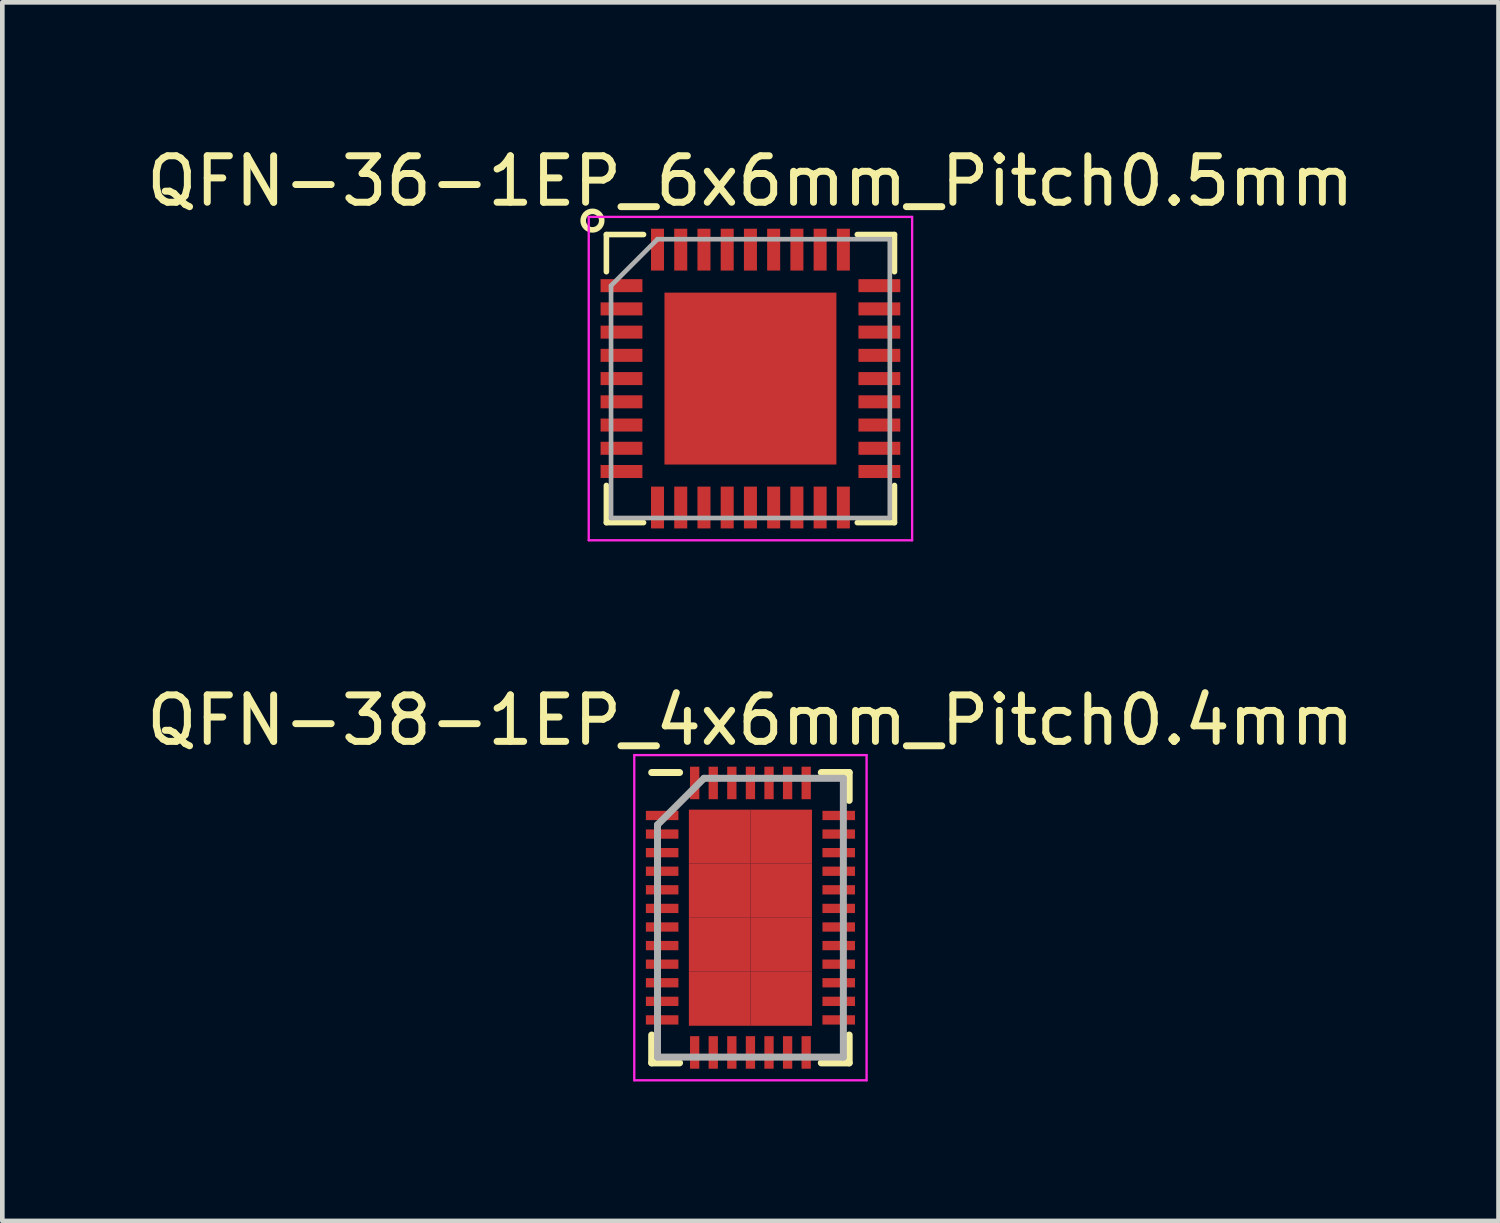
<source format=kicad_pcb>
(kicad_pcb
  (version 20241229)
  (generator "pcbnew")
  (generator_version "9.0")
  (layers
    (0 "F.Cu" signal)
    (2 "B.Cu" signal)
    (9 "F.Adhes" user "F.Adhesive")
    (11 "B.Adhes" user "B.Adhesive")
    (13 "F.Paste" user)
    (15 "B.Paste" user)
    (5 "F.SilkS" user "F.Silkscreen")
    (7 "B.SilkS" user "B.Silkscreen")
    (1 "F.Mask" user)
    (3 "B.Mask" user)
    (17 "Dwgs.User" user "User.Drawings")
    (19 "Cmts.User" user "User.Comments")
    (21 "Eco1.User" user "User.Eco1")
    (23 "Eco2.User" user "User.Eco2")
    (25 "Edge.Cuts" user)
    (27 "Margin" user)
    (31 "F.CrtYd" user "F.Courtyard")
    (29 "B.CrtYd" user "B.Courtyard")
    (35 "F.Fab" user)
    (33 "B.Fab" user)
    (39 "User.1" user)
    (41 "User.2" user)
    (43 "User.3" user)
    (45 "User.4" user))
  (footprint "QFN-38-1EP_4x6mm_Pitch0.4mm"
    (layer "F.Cu")
    (at 13.101 16.701)
    (property "Reference" "QFN-38-1EP_4x6mm_Pitch0.4mm" (at 0 -4.25 0) (layer "F.SilkS") (effects (font (size 1 1) (thickness 0.15))))
    (attr smd)
    (fp_line (start -2.125 -3.125) (end -1.525 -3.125) (stroke (width 0.15) (type solid)) (layer "F.SilkS"))
    (fp_line (start -2.125 3.125) (end -2.125 2.525) (stroke (width 0.15) (type solid)) (layer "F.SilkS"))
    (fp_line (start -2.125 3.125) (end -1.525 3.125) (stroke (width 0.15) (type solid)) (layer "F.SilkS"))
    (fp_line (start 2.125 -3.125) (end 1.525 -3.125) (stroke (width 0.15) (type solid)) (layer "F.SilkS"))
    (fp_line (start 2.125 -3.125) (end 2.125 -2.525) (stroke (width 0.15) (type solid)) (layer "F.SilkS"))
    (fp_line (start 2.125 3.125) (end 1.525 3.125) (stroke (width 0.15) (type solid)) (layer "F.SilkS"))
    (fp_line (start 2.125 3.125) (end 2.125 2.525) (stroke (width 0.15) (type solid)) (layer "F.SilkS"))
    (fp_line (start -2.5 -3.5) (end -2.5 3.5) (stroke (width 0.05) (type solid)) (layer "F.CrtYd"))
    (fp_line (start -2.5 -3.5) (end 2.5 -3.5) (stroke (width 0.05) (type solid)) (layer "F.CrtYd"))
    (fp_line (start -2.5 3.5) (end 2.5 3.5) (stroke (width 0.05) (type solid)) (layer "F.CrtYd"))
    (fp_line (start 2.5 -3.5) (end 2.5 3.5) (stroke (width 0.05) (type solid)) (layer "F.CrtYd"))
    (fp_line (start -2 -2) (end -1 -3) (stroke (width 0.15) (type solid)) (layer "F.Fab"))
    (fp_line (start -2 3) (end -2 -2) (stroke (width 0.15) (type solid)) (layer "F.Fab"))
    (fp_line (start -1 -3) (end 2 -3) (stroke (width 0.15) (type solid)) (layer "F.Fab"))
    (fp_line (start 2 -3) (end 2 3) (stroke (width 0.15) (type solid)) (layer "F.Fab"))
    (fp_line (start 2 3) (end -2 3) (stroke (width 0.15) (type solid)) (layer "F.Fab"))
    (pad "1" smd rect (at -1.9 -2.2) (size 0.7 0.2) (layers "F.Cu" "F.Mask" "F.Paste"))
    (pad "2" smd rect (at -1.9 -1.8) (size 0.7 0.2) (layers "F.Cu" "F.Mask" "F.Paste"))
    (pad "3" smd rect (at -1.9 -1.4) (size 0.7 0.2) (layers "F.Cu" "F.Mask" "F.Paste"))
    (pad "4" smd rect (at -1.9 -1) (size 0.7 0.2) (layers "F.Cu" "F.Mask" "F.Paste"))
    (pad "5" smd rect (at -1.9 -0.6) (size 0.7 0.2) (layers "F.Cu" "F.Mask" "F.Paste"))
    (pad "6" smd rect (at -1.9 -0.2) (size 0.7 0.2) (layers "F.Cu" "F.Mask" "F.Paste"))
    (pad "7" smd rect (at -1.9 0.2) (size 0.7 0.2) (layers "F.Cu" "F.Mask" "F.Paste"))
    (pad "8" smd rect (at -1.9 0.6) (size 0.7 0.2) (layers "F.Cu" "F.Mask" "F.Paste"))
    (pad "9" smd rect (at -1.9 1) (size 0.7 0.2) (layers "F.Cu" "F.Mask" "F.Paste"))
    (pad "10" smd rect (at -1.9 1.4) (size 0.7 0.2) (layers "F.Cu" "F.Mask" "F.Paste"))
    (pad "11" smd rect (at -1.9 1.8) (size 0.7 0.2) (layers "F.Cu" "F.Mask" "F.Paste"))
    (pad "12" smd rect (at -1.9 2.2) (size 0.7 0.2) (layers "F.Cu" "F.Mask" "F.Paste"))
    (pad "13" smd rect (at -1.2 2.9 90) (size 0.7 0.2) (layers "F.Cu" "F.Mask" "F.Paste"))
    (pad "14" smd rect (at -0.8 2.9 90) (size 0.7 0.2) (layers "F.Cu" "F.Mask" "F.Paste"))
    (pad "15" smd rect (at -0.4 2.9 90) (size 0.7 0.2) (layers "F.Cu" "F.Mask" "F.Paste"))
    (pad "16" smd rect (at 0 2.9 90) (size 0.7 0.2) (layers "F.Cu" "F.Mask" "F.Paste"))
    (pad "17" smd rect (at 0.4 2.9 90) (size 0.7 0.2) (layers "F.Cu" "F.Mask" "F.Paste"))
    (pad "18" smd rect (at 0.8 2.9 90) (size 0.7 0.2) (layers "F.Cu" "F.Mask" "F.Paste"))
    (pad "19" smd rect (at 1.2 2.9 90) (size 0.7 0.2) (layers "F.Cu" "F.Mask" "F.Paste"))
    (pad "20" smd rect (at 1.9 2.2) (size 0.7 0.2) (layers "F.Cu" "F.Mask" "F.Paste"))
    (pad "21" smd rect (at 1.9 1.8) (size 0.7 0.2) (layers "F.Cu" "F.Mask" "F.Paste"))
    (pad "22" smd rect (at 1.9 1.4) (size 0.7 0.2) (layers "F.Cu" "F.Mask" "F.Paste"))
    (pad "23" smd rect (at 1.9 1) (size 0.7 0.2) (layers "F.Cu" "F.Mask" "F.Paste"))
    (pad "24" smd rect (at 1.9 0.6) (size 0.7 0.2) (layers "F.Cu" "F.Mask" "F.Paste"))
    (pad "25" smd rect (at 1.9 0.2) (size 0.7 0.2) (layers "F.Cu" "F.Mask" "F.Paste"))
    (pad "26" smd rect (at 1.9 -0.2) (size 0.7 0.2) (layers "F.Cu" "F.Mask" "F.Paste"))
    (pad "27" smd rect (at 1.9 -0.6) (size 0.7 0.2) (layers "F.Cu" "F.Mask" "F.Paste"))
    (pad "28" smd rect (at 1.9 -1) (size 0.7 0.2) (layers "F.Cu" "F.Mask" "F.Paste"))
    (pad "29" smd rect (at 1.9 -1.4) (size 0.7 0.2) (layers "F.Cu" "F.Mask" "F.Paste"))
    (pad "30" smd rect (at 1.9 -1.8) (size 0.7 0.2) (layers "F.Cu" "F.Mask" "F.Paste"))
    (pad "31" smd rect (at 1.9 -2.2) (size 0.7 0.2) (layers "F.Cu" "F.Mask" "F.Paste"))
    (pad "32" smd rect (at 1.2 -2.9 90) (size 0.7 0.2) (layers "F.Cu" "F.Mask" "F.Paste"))
    (pad "33" smd rect (at 0.8 -2.9 90) (size 0.7 0.2) (layers "F.Cu" "F.Mask" "F.Paste"))
    (pad "34" smd rect (at 0.4 -2.9 90) (size 0.7 0.2) (layers "F.Cu" "F.Mask" "F.Paste"))
    (pad "35" smd rect (at 0 -2.9 90) (size 0.7 0.2) (layers "F.Cu" "F.Mask" "F.Paste"))
    (pad "36" smd rect (at -0.4 -2.9 90) (size 0.7 0.2) (layers "F.Cu" "F.Mask" "F.Paste"))
    (pad "37" smd rect (at -0.8 -2.9 90) (size 0.7 0.2) (layers "F.Cu" "F.Mask" "F.Paste"))
    (pad "38" smd rect (at -1.2 -2.9 90) (size 0.7 0.2) (layers "F.Cu" "F.Mask" "F.Paste"))
    (pad "39" smd rect (at -0.662 -1.744) (size 1.325 1.163) (layers "F.Cu" "F.Mask" "F.Paste"))
    (pad "39" smd rect (at -0.662 -0.581) (size 1.325 1.163) (layers "F.Cu" "F.Mask" "F.Paste"))
    (pad "39" smd rect (at -0.662 0.581) (size 1.325 1.163) (layers "F.Cu" "F.Mask" "F.Paste"))
    (pad "39" smd rect (at -0.662 1.744) (size 1.325 1.163) (layers "F.Cu" "F.Mask" "F.Paste"))
    (pad "39" smd rect (at 0.662 -1.744) (size 1.325 1.163) (layers "F.Cu" "F.Mask" "F.Paste"))
    (pad "39" smd rect (at 0.662 -0.581) (size 1.325 1.163) (layers "F.Cu" "F.Mask" "F.Paste"))
    (pad "39" smd rect (at 0.662 0.581) (size 1.325 1.163) (layers "F.Cu" "F.Mask" "F.Paste"))
    (pad "39" smd rect (at 0.662 1.744) (size 1.325 1.163) (layers "F.Cu" "F.Mask" "F.Paste")))
  (footprint "QFN-36-1EP_6x6mm_Pitch0.5mm"
    (layer "F.Cu")
    (at 13.101 5.098)
    (property "Reference" "QFN-36-1EP_6x6mm_Pitch0.5mm" (at 0 -4.25 0) (layer "F.SilkS") (effects (font (size 1 1) (thickness 0.15))))
    (attr smd)
    (fp_line (start -3.1 -3.1) (end -3.1 -2.3) (stroke (width 0.12) (type solid)) (layer "F.SilkS"))
    (fp_line (start -3.1 3.1) (end -3.1 2.3) (stroke (width 0.12) (type solid)) (layer "F.SilkS"))
    (fp_line (start -3.1 3.1) (end -2.3 3.1) (stroke (width 0.12) (type solid)) (layer "F.SilkS"))
    (fp_line (start -2.3 -3.1) (end -3.1 -3.1) (stroke (width 0.12) (type solid)) (layer "F.SilkS"))
    (fp_line (start 3.1 -3.1) (end 2.3 -3.1) (stroke (width 0.12) (type solid)) (layer "F.SilkS"))
    (fp_line (start 3.1 -3.1) (end 3.1 -2.3) (stroke (width 0.12) (type solid)) (layer "F.SilkS"))
    (fp_line (start 3.1 3.1) (end 2.3 3.1) (stroke (width 0.12) (type solid)) (layer "F.SilkS"))
    (fp_line (start 3.1 3.1) (end 3.1 2.3) (stroke (width 0.12) (type solid)) (layer "F.SilkS"))
    (fp_circle (center -3.4 -3.4) (end -3.2 -3.4) (stroke (width 0.12) (type solid)) (fill no) (layer "F.SilkS"))
    (fp_line (start -3.48 -3.48) (end -3.48 3.48) (stroke (width 0.05) (type solid)) (layer "F.CrtYd"))
    (fp_line (start -3.48 -3.48) (end 3.48 -3.48) (stroke (width 0.05) (type solid)) (layer "F.CrtYd"))
    (fp_line (start -3.48 3.48) (end 3.48 3.48) (stroke (width 0.05) (type solid)) (layer "F.CrtYd"))
    (fp_line (start 3.48 -3.48) (end 3.48 3.48) (stroke (width 0.05) (type solid)) (layer "F.CrtYd"))
    (fp_line (start -3 -2) (end -2 -3) (stroke (width 0.1) (type solid)) (layer "F.Fab"))
    (fp_line (start -3 3) (end -3 -2) (stroke (width 0.1) (type solid)) (layer "F.Fab"))
    (fp_line (start -2 -3) (end 3 -3) (stroke (width 0.1) (type solid)) (layer "F.Fab"))
    (fp_line (start 3 -3) (end 3 3) (stroke (width 0.1) (type solid)) (layer "F.Fab"))
    (fp_line (start 3 3) (end -3 3) (stroke (width 0.1) (type solid)) (layer "F.Fab"))
    (pad "1" smd rect (at -2.775 -2) (size 0.9 0.28) (layers "F.Cu" "F.Mask" "F.Paste"))
    (pad "2" smd rect (at -2.775 -1.5) (size 0.9 0.28) (layers "F.Cu" "F.Mask" "F.Paste"))
    (pad "3" smd rect (at -2.775 -1) (size 0.9 0.28) (layers "F.Cu" "F.Mask" "F.Paste"))
    (pad "4" smd rect (at -2.775 -0.5) (size 0.9 0.28) (layers "F.Cu" "F.Mask" "F.Paste"))
    (pad "5" smd rect (at -2.775 0) (size 0.9 0.28) (layers "F.Cu" "F.Mask" "F.Paste"))
    (pad "6" smd rect (at -2.775 0.5) (size 0.9 0.28) (layers "F.Cu" "F.Mask" "F.Paste"))
    (pad "7" smd rect (at -2.775 1) (size 0.9 0.28) (layers "F.Cu" "F.Mask" "F.Paste"))
    (pad "8" smd rect (at -2.775 1.5) (size 0.9 0.28) (layers "F.Cu" "F.Mask" "F.Paste"))
    (pad "9" smd rect (at -2.775 2) (size 0.9 0.28) (layers "F.Cu" "F.Mask" "F.Paste"))
    (pad "10" smd rect (at -2 2.775 90) (size 0.9 0.28) (layers "F.Cu" "F.Mask" "F.Paste"))
    (pad "11" smd rect (at -1.5 2.775 90) (size 0.9 0.28) (layers "F.Cu" "F.Mask" "F.Paste"))
    (pad "12" smd rect (at -1 2.775 90) (size 0.9 0.28) (layers "F.Cu" "F.Mask" "F.Paste"))
    (pad "13" smd rect (at -0.5 2.775 90) (size 0.9 0.28) (layers "F.Cu" "F.Mask" "F.Paste"))
    (pad "14" smd rect (at 0 2.775 90) (size 0.9 0.28) (layers "F.Cu" "F.Mask" "F.Paste"))
    (pad "15" smd rect (at 0.5 2.775 90) (size 0.9 0.28) (layers "F.Cu" "F.Mask" "F.Paste"))
    (pad "16" smd rect (at 1 2.775 90) (size 0.9 0.28) (layers "F.Cu" "F.Mask" "F.Paste"))
    (pad "17" smd rect (at 1.5 2.775 90) (size 0.9 0.28) (layers "F.Cu" "F.Mask" "F.Paste"))
    (pad "18" smd rect (at 2 2.775 90) (size 0.9 0.28) (layers "F.Cu" "F.Mask" "F.Paste"))
    (pad "19" smd rect (at 2.775 2) (size 0.9 0.28) (layers "F.Cu" "F.Mask" "F.Paste"))
    (pad "20" smd rect (at 2.775 1.5) (size 0.9 0.28) (layers "F.Cu" "F.Mask" "F.Paste"))
    (pad "21" smd rect (at 2.775 1) (size 0.9 0.28) (layers "F.Cu" "F.Mask" "F.Paste"))
    (pad "22" smd rect (at 2.775 0.5) (size 0.9 0.28) (layers "F.Cu" "F.Mask" "F.Paste"))
    (pad "23" smd rect (at 2.775 0) (size 0.9 0.28) (layers "F.Cu" "F.Mask" "F.Paste"))
    (pad "24" smd rect (at 2.775 -0.5) (size 0.9 0.28) (layers "F.Cu" "F.Mask" "F.Paste"))
    (pad "25" smd rect (at 2.775 -1) (size 0.9 0.28) (layers "F.Cu" "F.Mask" "F.Paste"))
    (pad "26" smd rect (at 2.775 -1.5) (size 0.9 0.28) (layers "F.Cu" "F.Mask" "F.Paste"))
    (pad "27" smd rect (at 2.775 -2) (size 0.9 0.28) (layers "F.Cu" "F.Mask" "F.Paste"))
    (pad "28" smd rect (at 2 -2.775 90) (size 0.9 0.28) (layers "F.Cu" "F.Mask" "F.Paste"))
    (pad "29" smd rect (at 1.5 -2.775 90) (size 0.9 0.28) (layers "F.Cu" "F.Mask" "F.Paste"))
    (pad "30" smd rect (at 1 -2.775 90) (size 0.9 0.28) (layers "F.Cu" "F.Mask" "F.Paste"))
    (pad "31" smd rect (at 0.5 -2.775 90) (size 0.9 0.28) (layers "F.Cu" "F.Mask" "F.Paste"))
    (pad "32" smd rect (at 0 -2.775 90) (size 0.9 0.28) (layers "F.Cu" "F.Mask" "F.Paste"))
    (pad "33" smd rect (at -0.5 -2.775 90) (size 0.9 0.28) (layers "F.Cu" "F.Mask" "F.Paste"))
    (pad "34" smd rect (at -1 -2.775 90) (size 0.9 0.28) (layers "F.Cu" "F.Mask" "F.Paste"))
    (pad "35" smd rect (at -1.5 -2.775 90) (size 0.9 0.28) (layers "F.Cu" "F.Mask" "F.Paste"))
    (pad "36" smd rect (at -2 -2.775 90) (size 0.9 0.28) (layers "F.Cu" "F.Mask" "F.Paste"))
    (pad "37" smd rect (at 0 0) (size 3.7 3.7) (layers "F.Cu" "F.Mask" "F.Paste")))
  (gr_rect
    (start -3 -3)
    (end 29.202 23.227)
    (stroke (width 0.1) (type default))
    (fill no)
    (layer "Edge.Cuts")))
</source>
